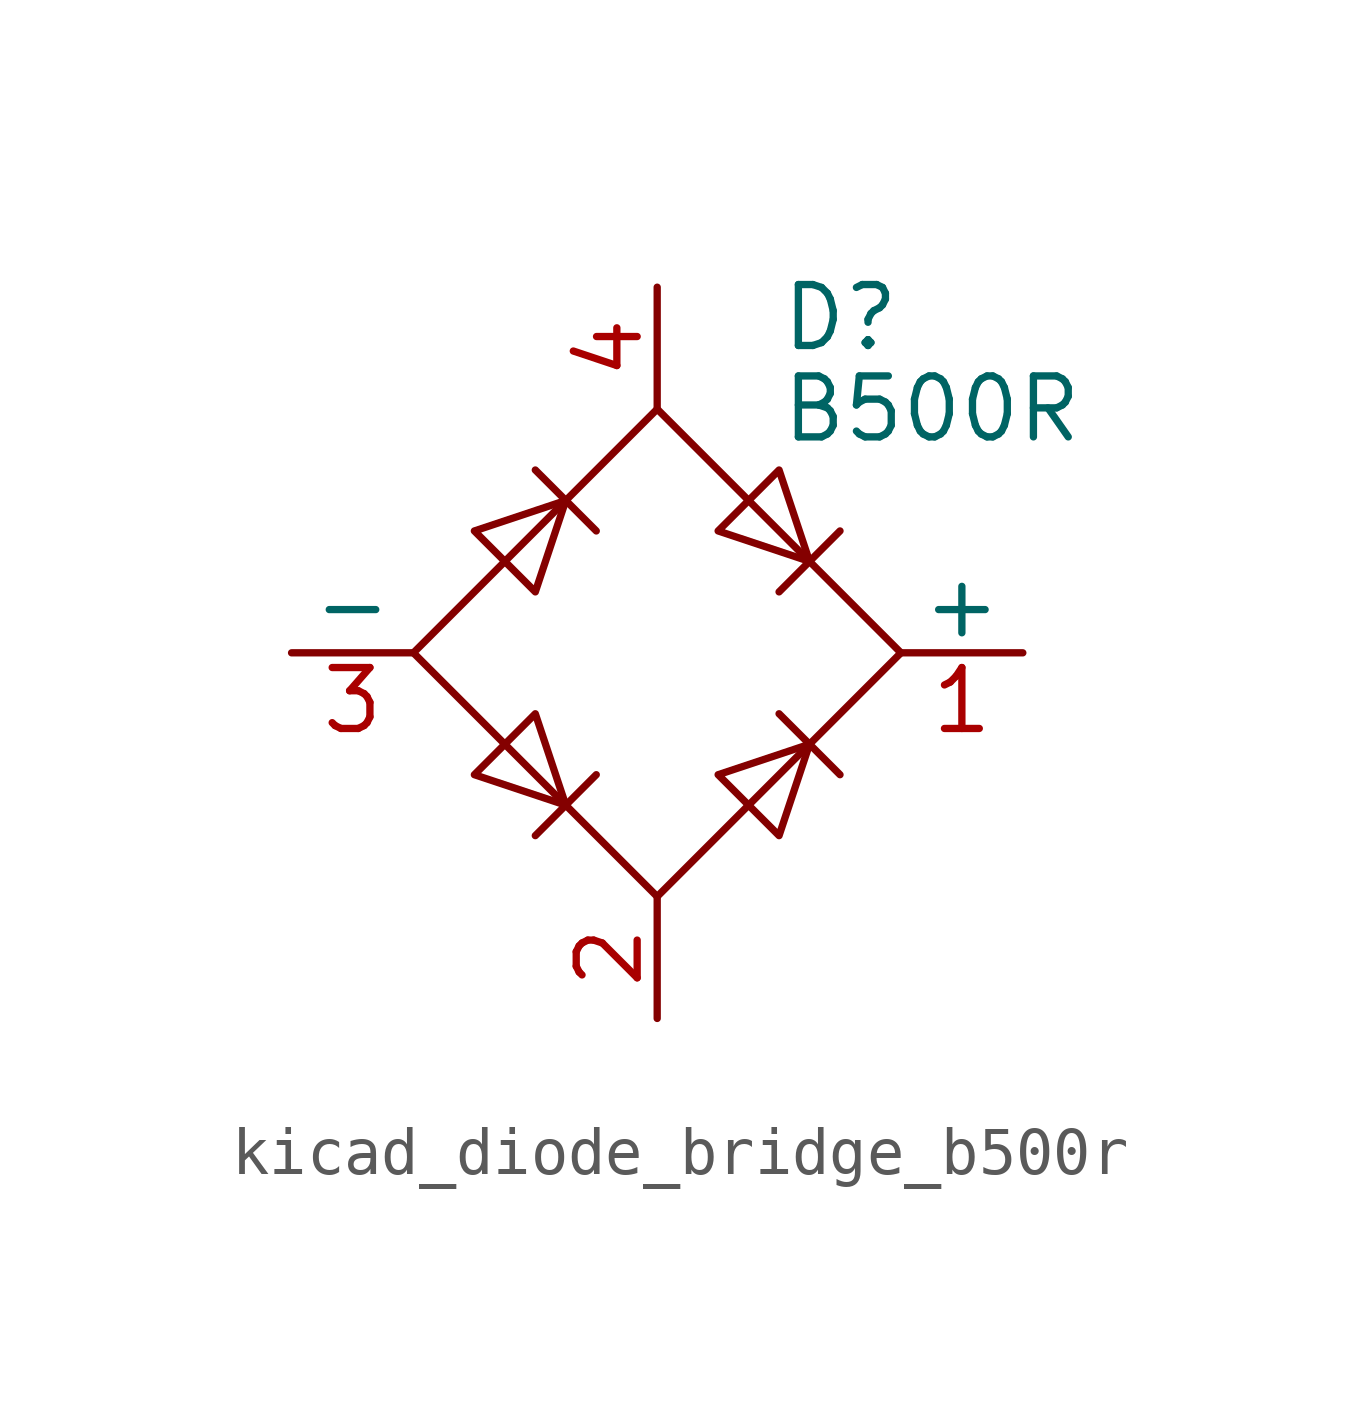
<source format=kicad_sym>
(kicad_symbol_lib
  (version 20220914)
  (generator kicad_symbol_editor)
  (symbol "kicad_diode_bridge_b500r"
    (pin_names
      (offset 0))
    (property "Reference" "D"
      (at 2.54 6.985 0)
      (effects (font (size 1.27 1.27)) (justify left)))
    (property "Value" "B500R"
      (at 2.54 5.08 0)
      (effects (font (size 1.27 1.27)) (justify left)))
    (symbol "kicad_diode_bridge_b500r_0_1"
      (polyline (pts (xy -2.54 3.81) (xy -1.27 2.54)) (stroke (width 0) (type default)) (fill (type none)))
      (polyline (pts (xy -1.27 -2.54) (xy -2.54 -3.81)) (stroke (width 0) (type default)) (fill (type none)))
      (polyline (pts (xy 2.54 -1.27) (xy 3.81 -2.54)) (stroke (width 0) (type default)) (fill (type none)))
      (polyline (pts (xy 2.54 1.27) (xy 3.81 2.54)) (stroke (width 0) (type default)) (fill (type none)))
      (polyline (pts (xy -3.81 2.54) (xy -2.54 1.27) (xy -1.905 3.175) (xy -3.81 2.54)) (stroke (width 0) (type default)) (fill (type none)))
      (polyline (pts (xy -2.54 -1.27) (xy -3.81 -2.54) (xy -1.905 -3.175) (xy -2.54 -1.27)) (stroke (width 0) (type default)) (fill (type none)))
      (polyline (pts (xy 1.27 2.54) (xy 2.54 3.81) (xy 3.175 1.905) (xy 1.27 2.54)) (stroke (width 0) (type default)) (fill (type none)))
      (polyline (pts (xy 3.175 -1.905) (xy 1.27 -2.54) (xy 2.54 -3.81) (xy 3.175 -1.905)) (stroke (width 0) (type default)) (fill (type none)))
      (polyline (pts (xy -5.08 0) (xy 0 -5.08) (xy 5.08 0) (xy 0 5.08) (xy -5.08 0)) (stroke (width 0) (type default)) (fill (type none))))
    (symbol "kicad_diode_bridge_b500r_1_1"
      (pin passive line (at 7.62 0 180) (length 2.54) (name "+" (effects (font (size 1.27 1.27)))) (number "1" (effects (font (size 1.27 1.27)))))
      (pin passive line (at 0 -7.62 90) (length 2.54) (name "~" (effects (font (size 1.27 1.27)))) (number "2" (effects (font (size 1.27 1.27)))))
      (pin passive line (at -7.62 0 0) (length 2.54) (name "-" (effects (font (size 1.27 1.27)))) (number "3" (effects (font (size 1.27 1.27)))))
      (pin passive line (at 0 7.62 270) (length 2.54) (name "~" (effects (font (size 1.27 1.27)))) (number "4" (effects (font (size 1.27 1.27))))))))
</source>
